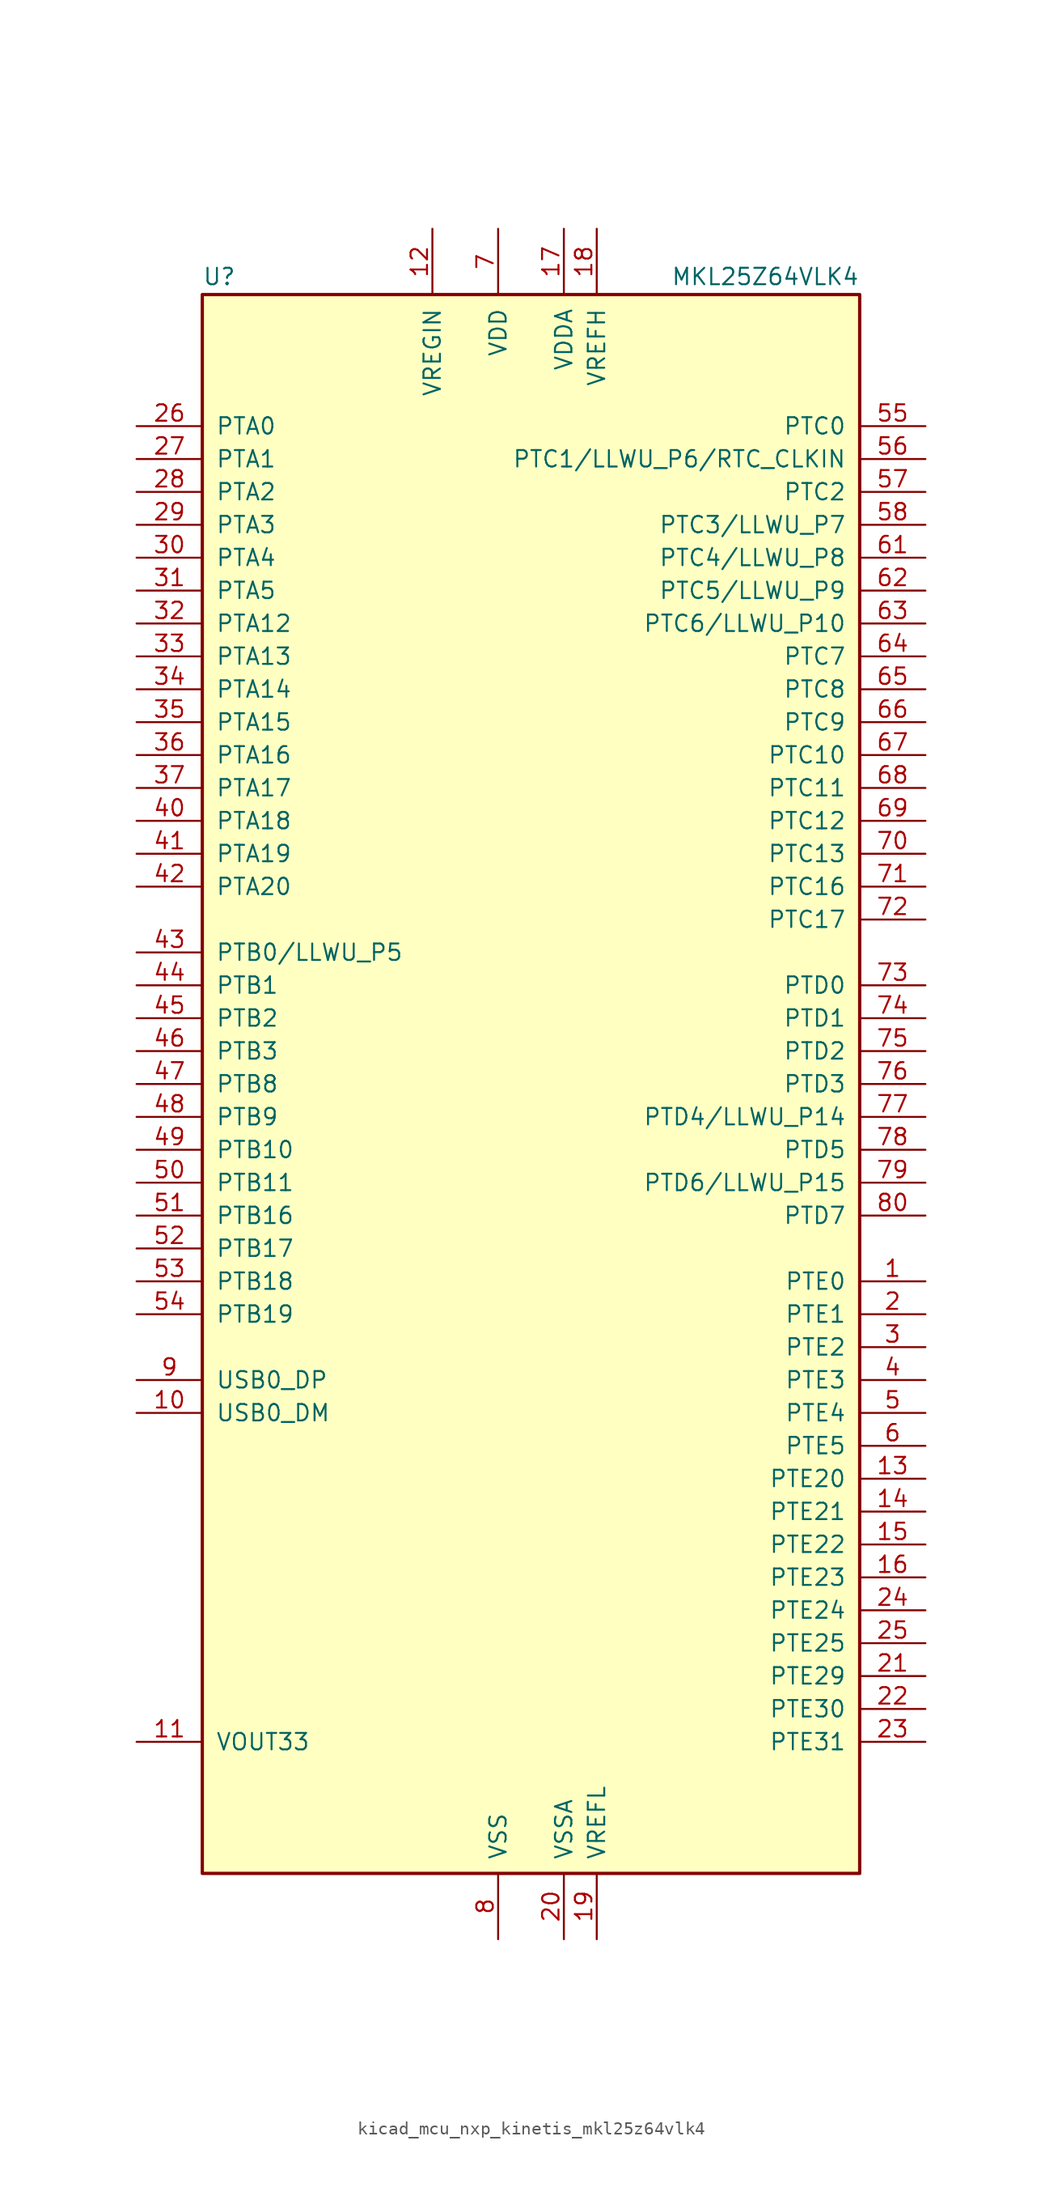
<source format=kicad_sym>
(kicad_symbol_lib
  (version 20220914)
  (generator kicad_symbol_editor)
  (symbol "kicad_mcu_nxp_kinetis_mkl25z64vlk4"
    (pin_names
      (offset 1.016))
    (property "Reference" "U"
      (at -25.4 61.595 0)
      (effects (font (size 1.27 1.27)) (justify left bottom)))
    (property "Value" "MKL25Z64VLK4"
      (at 25.4 61.595 0)
      (effects (font (size 1.27 1.27)) (justify right bottom)))
    (symbol "kicad_mcu_nxp_kinetis_mkl25z64vlk4_0_1"
      (rectangle (start -25.4 60.96) (end 25.4 -60.96) (stroke (width 0.254) (type default)) (fill (type background))))
    (symbol "kicad_mcu_nxp_kinetis_mkl25z64vlk4_1_1"
      (pin bidirectional line (at 30.48 -15.24 180) (length 5.08) (name "PTE0" (effects (font (size 1.27 1.27)))) (number "1" (effects (font (size 1.27 1.27)))))
      (pin bidirectional line (at -30.48 -25.4 0) (length 5.08) (name "USB0_DM" (effects (font (size 1.27 1.27)))) (number "10" (effects (font (size 1.27 1.27)))))
      (pin power_out line (at -30.48 -50.8 0) (length 5.08) (name "VOUT33" (effects (font (size 1.27 1.27)))) (number "11" (effects (font (size 1.27 1.27)))))
      (pin power_in line (at -7.62 66.04 270) (length 5.08) (name "VREGIN" (effects (font (size 1.27 1.27)))) (number "12" (effects (font (size 1.27 1.27)))))
      (pin bidirectional line (at 30.48 -30.48 180) (length 5.08) (name "PTE20" (effects (font (size 1.27 1.27)))) (number "13" (effects (font (size 1.27 1.27)))))
      (pin bidirectional line (at 30.48 -33.02 180) (length 5.08) (name "PTE21" (effects (font (size 1.27 1.27)))) (number "14" (effects (font (size 1.27 1.27)))))
      (pin bidirectional line (at 30.48 -35.56 180) (length 5.08) (name "PTE22" (effects (font (size 1.27 1.27)))) (number "15" (effects (font (size 1.27 1.27)))))
      (pin bidirectional line (at 30.48 -38.1 180) (length 5.08) (name "PTE23" (effects (font (size 1.27 1.27)))) (number "16" (effects (font (size 1.27 1.27)))))
      (pin power_in line (at 2.54 66.04 270) (length 5.08) (name "VDDA" (effects (font (size 1.27 1.27)))) (number "17" (effects (font (size 1.27 1.27)))))
      (pin power_in line (at 5.08 66.04 270) (length 5.08) (name "VREFH" (effects (font (size 1.27 1.27)))) (number "18" (effects (font (size 1.27 1.27)))))
      (pin power_in line (at 5.08 -66.04 90) (length 5.08) (name "VREFL" (effects (font (size 1.27 1.27)))) (number "19" (effects (font (size 1.27 1.27)))))
      (pin bidirectional line (at 30.48 -17.78 180) (length 5.08) (name "PTE1" (effects (font (size 1.27 1.27)))) (number "2" (effects (font (size 1.27 1.27)))))
      (pin power_in line (at 2.54 -66.04 90) (length 5.08) (name "VSSA" (effects (font (size 1.27 1.27)))) (number "20" (effects (font (size 1.27 1.27)))))
      (pin bidirectional line (at 30.48 -45.72 180) (length 5.08) (name "PTE29" (effects (font (size 1.27 1.27)))) (number "21" (effects (font (size 1.27 1.27)))))
      (pin bidirectional line (at 30.48 -48.26 180) (length 5.08) (name "PTE30" (effects (font (size 1.27 1.27)))) (number "22" (effects (font (size 1.27 1.27)))))
      (pin bidirectional line (at 30.48 -50.8 180) (length 5.08) (name "PTE31" (effects (font (size 1.27 1.27)))) (number "23" (effects (font (size 1.27 1.27)))))
      (pin bidirectional line (at 30.48 -40.64 180) (length 5.08) (name "PTE24" (effects (font (size 1.27 1.27)))) (number "24" (effects (font (size 1.27 1.27)))))
      (pin bidirectional line (at 30.48 -43.18 180) (length 5.08) (name "PTE25" (effects (font (size 1.27 1.27)))) (number "25" (effects (font (size 1.27 1.27)))))
      (pin bidirectional line (at -30.48 50.8 0) (length 5.08) (name "PTA0" (effects (font (size 1.27 1.27)))) (number "26" (effects (font (size 1.27 1.27)))))
      (pin bidirectional line (at -30.48 48.26 0) (length 5.08) (name "PTA1" (effects (font (size 1.27 1.27)))) (number "27" (effects (font (size 1.27 1.27)))))
      (pin bidirectional line (at -30.48 45.72 0) (length 5.08) (name "PTA2" (effects (font (size 1.27 1.27)))) (number "28" (effects (font (size 1.27 1.27)))))
      (pin bidirectional line (at -30.48 43.18 0) (length 5.08) (name "PTA3" (effects (font (size 1.27 1.27)))) (number "29" (effects (font (size 1.27 1.27)))))
      (pin bidirectional line (at 30.48 -20.32 180) (length 5.08) (name "PTE2" (effects (font (size 1.27 1.27)))) (number "3" (effects (font (size 1.27 1.27)))))
      (pin bidirectional line (at -30.48 40.64 0) (length 5.08) (name "PTA4" (effects (font (size 1.27 1.27)))) (number "30" (effects (font (size 1.27 1.27)))))
      (pin bidirectional line (at -30.48 38.1 0) (length 5.08) (name "PTA5" (effects (font (size 1.27 1.27)))) (number "31" (effects (font (size 1.27 1.27)))))
      (pin bidirectional line (at -30.48 35.56 0) (length 5.08) (name "PTA12" (effects (font (size 1.27 1.27)))) (number "32" (effects (font (size 1.27 1.27)))))
      (pin bidirectional line (at -30.48 33.02 0) (length 5.08) (name "PTA13" (effects (font (size 1.27 1.27)))) (number "33" (effects (font (size 1.27 1.27)))))
      (pin bidirectional line (at -30.48 30.48 0) (length 5.08) (name "PTA14" (effects (font (size 1.27 1.27)))) (number "34" (effects (font (size 1.27 1.27)))))
      (pin bidirectional line (at -30.48 27.94 0) (length 5.08) (name "PTA15" (effects (font (size 1.27 1.27)))) (number "35" (effects (font (size 1.27 1.27)))))
      (pin bidirectional line (at -30.48 25.4 0) (length 5.08) (name "PTA16" (effects (font (size 1.27 1.27)))) (number "36" (effects (font (size 1.27 1.27)))))
      (pin bidirectional line (at -30.48 22.86 0) (length 5.08) (name "PTA17" (effects (font (size 1.27 1.27)))) (number "37" (effects (font (size 1.27 1.27)))))
      (pin passive line (at -2.54 66.04 270) (length 5.08) hide (name "VDD" (effects (font (size 1.27 1.27)))) (number "38" (effects (font (size 1.27 1.27)))))
      (pin passive line (at -2.54 -66.04 90) (length 5.08) hide (name "VSS" (effects (font (size 1.27 1.27)))) (number "39" (effects (font (size 1.27 1.27)))))
      (pin bidirectional line (at 30.48 -22.86 180) (length 5.08) (name "PTE3" (effects (font (size 1.27 1.27)))) (number "4" (effects (font (size 1.27 1.27)))))
      (pin bidirectional line (at -30.48 20.32 0) (length 5.08) (name "PTA18" (effects (font (size 1.27 1.27)))) (number "40" (effects (font (size 1.27 1.27)))))
      (pin bidirectional line (at -30.48 17.78 0) (length 5.08) (name "PTA19" (effects (font (size 1.27 1.27)))) (number "41" (effects (font (size 1.27 1.27)))))
      (pin bidirectional line (at -30.48 15.24 0) (length 5.08) (name "PTA20" (effects (font (size 1.27 1.27)))) (number "42" (effects (font (size 1.27 1.27)))))
      (pin bidirectional line (at -30.48 10.16 0) (length 5.08) (name "PTB0/LLWU_P5" (effects (font (size 1.27 1.27)))) (number "43" (effects (font (size 1.27 1.27)))))
      (pin bidirectional line (at -30.48 7.62 0) (length 5.08) (name "PTB1" (effects (font (size 1.27 1.27)))) (number "44" (effects (font (size 1.27 1.27)))))
      (pin bidirectional line (at -30.48 5.08 0) (length 5.08) (name "PTB2" (effects (font (size 1.27 1.27)))) (number "45" (effects (font (size 1.27 1.27)))))
      (pin bidirectional line (at -30.48 2.54 0) (length 5.08) (name "PTB3" (effects (font (size 1.27 1.27)))) (number "46" (effects (font (size 1.27 1.27)))))
      (pin bidirectional line (at -30.48 0 0) (length 5.08) (name "PTB8" (effects (font (size 1.27 1.27)))) (number "47" (effects (font (size 1.27 1.27)))))
      (pin bidirectional line (at -30.48 -2.54 0) (length 5.08) (name "PTB9" (effects (font (size 1.27 1.27)))) (number "48" (effects (font (size 1.27 1.27)))))
      (pin bidirectional line (at -30.48 -5.08 0) (length 5.08) (name "PTB10" (effects (font (size 1.27 1.27)))) (number "49" (effects (font (size 1.27 1.27)))))
      (pin bidirectional line (at 30.48 -25.4 180) (length 5.08) (name "PTE4" (effects (font (size 1.27 1.27)))) (number "5" (effects (font (size 1.27 1.27)))))
      (pin bidirectional line (at -30.48 -7.62 0) (length 5.08) (name "PTB11" (effects (font (size 1.27 1.27)))) (number "50" (effects (font (size 1.27 1.27)))))
      (pin bidirectional line (at -30.48 -10.16 0) (length 5.08) (name "PTB16" (effects (font (size 1.27 1.27)))) (number "51" (effects (font (size 1.27 1.27)))))
      (pin bidirectional line (at -30.48 -12.7 0) (length 5.08) (name "PTB17" (effects (font (size 1.27 1.27)))) (number "52" (effects (font (size 1.27 1.27)))))
      (pin bidirectional line (at -30.48 -15.24 0) (length 5.08) (name "PTB18" (effects (font (size 1.27 1.27)))) (number "53" (effects (font (size 1.27 1.27)))))
      (pin bidirectional line (at -30.48 -17.78 0) (length 5.08) (name "PTB19" (effects (font (size 1.27 1.27)))) (number "54" (effects (font (size 1.27 1.27)))))
      (pin bidirectional line (at 30.48 50.8 180) (length 5.08) (name "PTC0" (effects (font (size 1.27 1.27)))) (number "55" (effects (font (size 1.27 1.27)))))
      (pin bidirectional line (at 30.48 48.26 180) (length 5.08) (name "PTC1/LLWU_P6/RTC_CLKIN" (effects (font (size 1.27 1.27)))) (number "56" (effects (font (size 1.27 1.27)))))
      (pin bidirectional line (at 30.48 45.72 180) (length 5.08) (name "PTC2" (effects (font (size 1.27 1.27)))) (number "57" (effects (font (size 1.27 1.27)))))
      (pin bidirectional line (at 30.48 43.18 180) (length 5.08) (name "PTC3/LLWU_P7" (effects (font (size 1.27 1.27)))) (number "58" (effects (font (size 1.27 1.27)))))
      (pin passive line (at -2.54 -66.04 90) (length 5.08) hide (name "VSS" (effects (font (size 1.27 1.27)))) (number "59" (effects (font (size 1.27 1.27)))))
      (pin bidirectional line (at 30.48 -27.94 180) (length 5.08) (name "PTE5" (effects (font (size 1.27 1.27)))) (number "6" (effects (font (size 1.27 1.27)))))
      (pin passive line (at -2.54 66.04 270) (length 5.08) hide (name "VDD" (effects (font (size 1.27 1.27)))) (number "60" (effects (font (size 1.27 1.27)))))
      (pin bidirectional line (at 30.48 40.64 180) (length 5.08) (name "PTC4/LLWU_P8" (effects (font (size 1.27 1.27)))) (number "61" (effects (font (size 1.27 1.27)))))
      (pin bidirectional line (at 30.48 38.1 180) (length 5.08) (name "PTC5/LLWU_P9" (effects (font (size 1.27 1.27)))) (number "62" (effects (font (size 1.27 1.27)))))
      (pin bidirectional line (at 30.48 35.56 180) (length 5.08) (name "PTC6/LLWU_P10" (effects (font (size 1.27 1.27)))) (number "63" (effects (font (size 1.27 1.27)))))
      (pin bidirectional line (at 30.48 33.02 180) (length 5.08) (name "PTC7" (effects (font (size 1.27 1.27)))) (number "64" (effects (font (size 1.27 1.27)))))
      (pin bidirectional line (at 30.48 30.48 180) (length 5.08) (name "PTC8" (effects (font (size 1.27 1.27)))) (number "65" (effects (font (size 1.27 1.27)))))
      (pin bidirectional line (at 30.48 27.94 180) (length 5.08) (name "PTC9" (effects (font (size 1.27 1.27)))) (number "66" (effects (font (size 1.27 1.27)))))
      (pin bidirectional line (at 30.48 25.4 180) (length 5.08) (name "PTC10" (effects (font (size 1.27 1.27)))) (number "67" (effects (font (size 1.27 1.27)))))
      (pin bidirectional line (at 30.48 22.86 180) (length 5.08) (name "PTC11" (effects (font (size 1.27 1.27)))) (number "68" (effects (font (size 1.27 1.27)))))
      (pin bidirectional line (at 30.48 20.32 180) (length 5.08) (name "PTC12" (effects (font (size 1.27 1.27)))) (number "69" (effects (font (size 1.27 1.27)))))
      (pin power_in line (at -2.54 66.04 270) (length 5.08) (name "VDD" (effects (font (size 1.27 1.27)))) (number "7" (effects (font (size 1.27 1.27)))))
      (pin bidirectional line (at 30.48 17.78 180) (length 5.08) (name "PTC13" (effects (font (size 1.27 1.27)))) (number "70" (effects (font (size 1.27 1.27)))))
      (pin bidirectional line (at 30.48 15.24 180) (length 5.08) (name "PTC16" (effects (font (size 1.27 1.27)))) (number "71" (effects (font (size 1.27 1.27)))))
      (pin bidirectional line (at 30.48 12.7 180) (length 5.08) (name "PTC17" (effects (font (size 1.27 1.27)))) (number "72" (effects (font (size 1.27 1.27)))))
      (pin bidirectional line (at 30.48 7.62 180) (length 5.08) (name "PTD0" (effects (font (size 1.27 1.27)))) (number "73" (effects (font (size 1.27 1.27)))))
      (pin bidirectional line (at 30.48 5.08 180) (length 5.08) (name "PTD1" (effects (font (size 1.27 1.27)))) (number "74" (effects (font (size 1.27 1.27)))))
      (pin bidirectional line (at 30.48 2.54 180) (length 5.08) (name "PTD2" (effects (font (size 1.27 1.27)))) (number "75" (effects (font (size 1.27 1.27)))))
      (pin bidirectional line (at 30.48 0 180) (length 5.08) (name "PTD3" (effects (font (size 1.27 1.27)))) (number "76" (effects (font (size 1.27 1.27)))))
      (pin bidirectional line (at 30.48 -2.54 180) (length 5.08) (name "PTD4/LLWU_P14" (effects (font (size 1.27 1.27)))) (number "77" (effects (font (size 1.27 1.27)))))
      (pin bidirectional line (at 30.48 -5.08 180) (length 5.08) (name "PTD5" (effects (font (size 1.27 1.27)))) (number "78" (effects (font (size 1.27 1.27)))))
      (pin bidirectional line (at 30.48 -7.62 180) (length 5.08) (name "PTD6/LLWU_P15" (effects (font (size 1.27 1.27)))) (number "79" (effects (font (size 1.27 1.27)))))
      (pin power_in line (at -2.54 -66.04 90) (length 5.08) (name "VSS" (effects (font (size 1.27 1.27)))) (number "8" (effects (font (size 1.27 1.27)))))
      (pin bidirectional line (at 30.48 -10.16 180) (length 5.08) (name "PTD7" (effects (font (size 1.27 1.27)))) (number "80" (effects (font (size 1.27 1.27)))))
      (pin bidirectional line (at -30.48 -22.86 0) (length 5.08) (name "USB0_DP" (effects (font (size 1.27 1.27)))) (number "9" (effects (font (size 1.27 1.27))))))))
</source>
